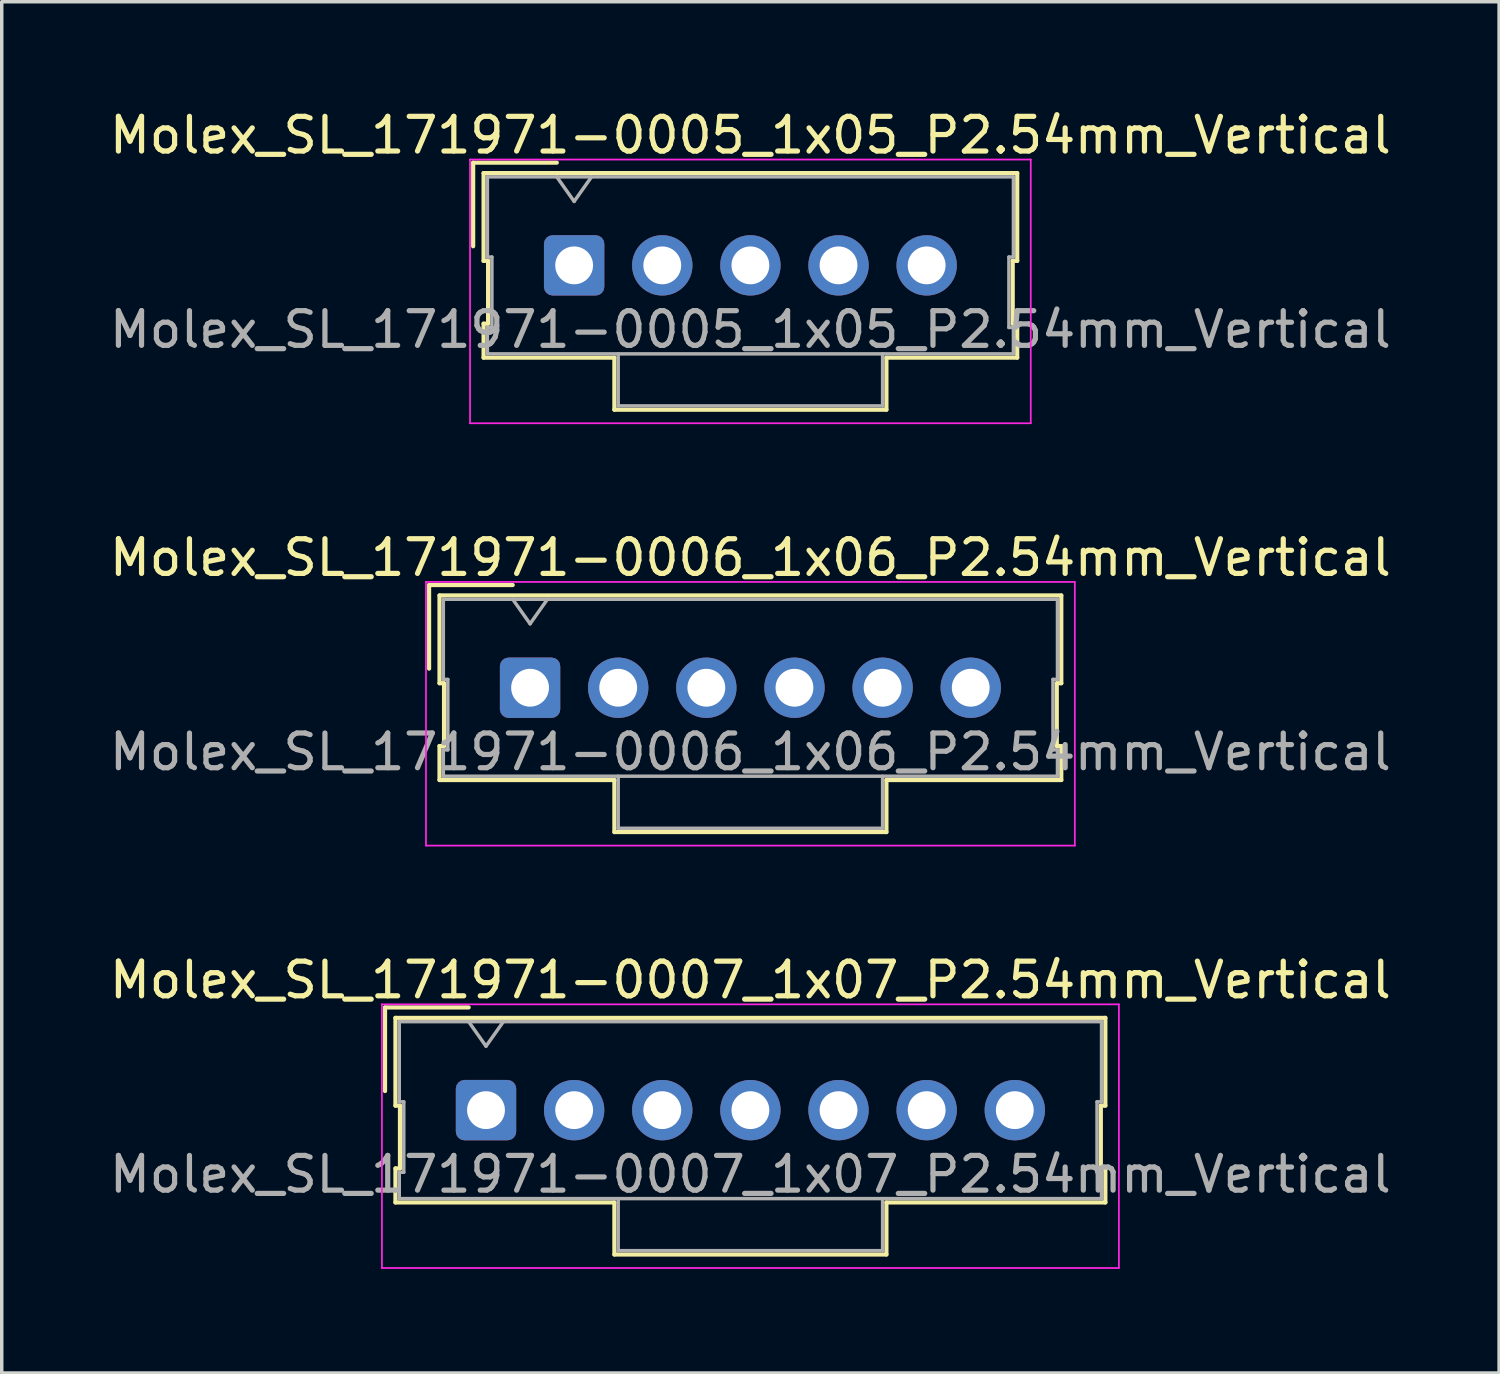
<source format=kicad_pcb>
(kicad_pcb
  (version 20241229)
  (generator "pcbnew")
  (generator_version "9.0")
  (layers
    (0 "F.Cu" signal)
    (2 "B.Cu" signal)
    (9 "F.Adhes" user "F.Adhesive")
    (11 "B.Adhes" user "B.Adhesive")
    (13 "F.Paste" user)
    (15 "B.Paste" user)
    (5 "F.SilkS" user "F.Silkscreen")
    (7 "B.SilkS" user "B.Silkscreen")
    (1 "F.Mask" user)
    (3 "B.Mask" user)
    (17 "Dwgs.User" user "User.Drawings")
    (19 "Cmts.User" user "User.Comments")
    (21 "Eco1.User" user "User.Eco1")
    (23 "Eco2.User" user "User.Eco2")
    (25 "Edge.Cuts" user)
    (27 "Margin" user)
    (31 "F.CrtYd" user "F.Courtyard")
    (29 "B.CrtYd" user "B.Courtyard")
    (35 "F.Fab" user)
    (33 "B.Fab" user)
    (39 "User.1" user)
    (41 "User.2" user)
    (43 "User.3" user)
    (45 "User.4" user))
  (footprint "Molex_SL_171971-0007_1x07_P2.54mm_Vertical"
    (layer "F.Cu")
    (at 10.957 28.945)
    (property "Reference" "Molex_SL_171971-0007_1x07_P2.54mm_Vertical" (at 7.62 -3.75 0) (layer "F.SilkS") (effects (font (size 1 1) (thickness 0.15))))
    (attr through_hole)
    (fp_line (start -2.91 -2.96) (end -0.5 -2.96) (stroke (width 0.12) (type solid)) (layer "F.SilkS"))
    (fp_line (start -2.91 -0.55) (end -2.91 -2.96) (stroke (width 0.12) (type solid)) (layer "F.SilkS"))
    (fp_line (start -2.61 -2.66) (end -2.61 -0.13) (stroke (width 0.12) (type solid)) (layer "F.SilkS"))
    (fp_line (start -2.61 -0.13) (end -2.48 -0.13) (stroke (width 0.12) (type solid)) (layer "F.SilkS"))
    (fp_line (start -2.61 1.68) (end -2.61 2.66) (stroke (width 0.12) (type solid)) (layer "F.SilkS"))
    (fp_line (start -2.61 2.66) (end 3.7 2.66) (stroke (width 0.12) (type solid)) (layer "F.SilkS"))
    (fp_line (start -2.48 -0.13) (end -2.48 1.68) (stroke (width 0.12) (type solid)) (layer "F.SilkS"))
    (fp_line (start -2.48 1.68) (end -2.61 1.68) (stroke (width 0.12) (type solid)) (layer "F.SilkS"))
    (fp_line (start 3.7 2.66) (end 3.7 4.16) (stroke (width 0.12) (type solid)) (layer "F.SilkS"))
    (fp_line (start 3.7 4.16) (end 11.54 4.16) (stroke (width 0.12) (type solid)) (layer "F.SilkS"))
    (fp_line (start 11.54 2.66) (end 17.85 2.66) (stroke (width 0.12) (type solid)) (layer "F.SilkS"))
    (fp_line (start 11.54 4.16) (end 11.54 2.66) (stroke (width 0.12) (type solid)) (layer "F.SilkS"))
    (fp_line (start 17.72 -0.13) (end 17.85 -0.13) (stroke (width 0.12) (type solid)) (layer "F.SilkS"))
    (fp_line (start 17.72 1.68) (end 17.72 -0.13) (stroke (width 0.12) (type solid)) (layer "F.SilkS"))
    (fp_line (start 17.85 -2.66) (end -2.61 -2.66) (stroke (width 0.12) (type solid)) (layer "F.SilkS"))
    (fp_line (start 17.85 -0.13) (end 17.85 -2.66) (stroke (width 0.12) (type solid)) (layer "F.SilkS"))
    (fp_line (start 17.85 1.68) (end 17.72 1.68) (stroke (width 0.12) (type solid)) (layer "F.SilkS"))
    (fp_line (start 17.85 2.66) (end 17.85 1.68) (stroke (width 0.12) (type solid)) (layer "F.SilkS"))
    (fp_line (start -3 -3.05) (end -3 4.55) (stroke (width 0.05) (type solid)) (layer "F.CrtYd"))
    (fp_line (start -3 4.55) (end 18.24 4.55) (stroke (width 0.05) (type solid)) (layer "F.CrtYd"))
    (fp_line (start 18.24 -3.05) (end -3 -3.05) (stroke (width 0.05) (type solid)) (layer "F.CrtYd"))
    (fp_line (start 18.24 4.55) (end 18.24 -3.05) (stroke (width 0.05) (type solid)) (layer "F.CrtYd"))
    (fp_line (start -2.5 -2.55) (end -2.5 -0.24) (stroke (width 0.1) (type solid)) (layer "F.Fab"))
    (fp_line (start -2.5 -0.24) (end -2.37 -0.24) (stroke (width 0.1) (type solid)) (layer "F.Fab"))
    (fp_line (start -2.5 1.79) (end -2.5 2.55) (stroke (width 0.1) (type solid)) (layer "F.Fab"))
    (fp_line (start -2.5 2.55) (end 17.74 2.55) (stroke (width 0.1) (type solid)) (layer "F.Fab"))
    (fp_line (start -2.37 -0.24) (end -2.37 1.79) (stroke (width 0.1) (type solid)) (layer "F.Fab"))
    (fp_line (start -2.37 1.79) (end -2.5 1.79) (stroke (width 0.1) (type solid)) (layer "F.Fab"))
    (fp_line (start 0 -1.843) (end -0.5 -2.55) (stroke (width 0.1) (type solid)) (layer "F.Fab"))
    (fp_line (start 0.5 -2.55) (end 0 -1.843) (stroke (width 0.1) (type solid)) (layer "F.Fab"))
    (fp_line (start 3.81 2.55) (end 3.81 4.05) (stroke (width 0.1) (type solid)) (layer "F.Fab"))
    (fp_line (start 3.81 4.05) (end 11.43 4.05) (stroke (width 0.1) (type solid)) (layer "F.Fab"))
    (fp_line (start 11.43 4.05) (end 11.43 2.55) (stroke (width 0.1) (type solid)) (layer "F.Fab"))
    (fp_line (start 17.61 -0.24) (end 17.74 -0.24) (stroke (width 0.1) (type solid)) (layer "F.Fab"))
    (fp_line (start 17.61 1.79) (end 17.61 -0.24) (stroke (width 0.1) (type solid)) (layer "F.Fab"))
    (fp_line (start 17.74 -2.55) (end -2.5 -2.55) (stroke (width 0.1) (type solid)) (layer "F.Fab"))
    (fp_line (start 17.74 -0.24) (end 17.74 -2.55) (stroke (width 0.1) (type solid)) (layer "F.Fab"))
    (fp_line (start 17.74 1.79) (end 17.61 1.79) (stroke (width 0.1) (type solid)) (layer "F.Fab"))
    (fp_line (start 17.74 2.55) (end 17.74 1.79) (stroke (width 0.1) (type solid)) (layer "F.Fab"))
    (fp_text user "${REFERENCE}" (at 7.62 1.85 0) (layer "F.Fab") (effects (font (size 1 1) (thickness 0.15))))
    (pad "1" thru_hole roundrect (at 0 0) (size 1.74 1.74) (drill 1.09) (layers "*.Cu" "*.Mask") (roundrect_rratio 0.144))
    (pad "2" thru_hole circle (at 2.54 0) (size 1.74 1.74) (drill 1.09) (layers "*.Cu" "*.Mask"))
    (pad "3" thru_hole circle (at 5.08 0) (size 1.74 1.74) (drill 1.09) (layers "*.Cu" "*.Mask"))
    (pad "4" thru_hole circle (at 7.62 0) (size 1.74 1.74) (drill 1.09) (layers "*.Cu" "*.Mask"))
    (pad "5" thru_hole circle (at 10.16 0) (size 1.74 1.74) (drill 1.09) (layers "*.Cu" "*.Mask"))
    (pad "6" thru_hole circle (at 12.7 0) (size 1.74 1.74) (drill 1.09) (layers "*.Cu" "*.Mask"))
    (pad "7" thru_hole circle (at 15.24 0) (size 1.74 1.74) (drill 1.09) (layers "*.Cu" "*.Mask")))
  (footprint "Molex_SL_171971-0006_1x06_P2.54mm_Vertical"
    (layer "F.Cu")
    (at 12.227 16.771)
    (property "Reference" "Molex_SL_171971-0006_1x06_P2.54mm_Vertical" (at 6.35 -3.75 0) (layer "F.SilkS") (effects (font (size 1 1) (thickness 0.15))))
    (attr through_hole)
    (fp_line (start -2.91 -2.96) (end -0.5 -2.96) (stroke (width 0.12) (type solid)) (layer "F.SilkS"))
    (fp_line (start -2.91 -0.55) (end -2.91 -2.96) (stroke (width 0.12) (type solid)) (layer "F.SilkS"))
    (fp_line (start -2.61 -2.66) (end -2.61 -0.13) (stroke (width 0.12) (type solid)) (layer "F.SilkS"))
    (fp_line (start -2.61 -0.13) (end -2.48 -0.13) (stroke (width 0.12) (type solid)) (layer "F.SilkS"))
    (fp_line (start -2.61 1.68) (end -2.61 2.66) (stroke (width 0.12) (type solid)) (layer "F.SilkS"))
    (fp_line (start -2.61 2.66) (end 2.43 2.66) (stroke (width 0.12) (type solid)) (layer "F.SilkS"))
    (fp_line (start -2.48 -0.13) (end -2.48 1.68) (stroke (width 0.12) (type solid)) (layer "F.SilkS"))
    (fp_line (start -2.48 1.68) (end -2.61 1.68) (stroke (width 0.12) (type solid)) (layer "F.SilkS"))
    (fp_line (start 2.43 2.66) (end 2.43 4.16) (stroke (width 0.12) (type solid)) (layer "F.SilkS"))
    (fp_line (start 2.43 4.16) (end 10.27 4.16) (stroke (width 0.12) (type solid)) (layer "F.SilkS"))
    (fp_line (start 10.27 2.66) (end 15.31 2.66) (stroke (width 0.12) (type solid)) (layer "F.SilkS"))
    (fp_line (start 10.27 4.16) (end 10.27 2.66) (stroke (width 0.12) (type solid)) (layer "F.SilkS"))
    (fp_line (start 15.18 -0.13) (end 15.31 -0.13) (stroke (width 0.12) (type solid)) (layer "F.SilkS"))
    (fp_line (start 15.18 1.68) (end 15.18 -0.13) (stroke (width 0.12) (type solid)) (layer "F.SilkS"))
    (fp_line (start 15.31 -2.66) (end -2.61 -2.66) (stroke (width 0.12) (type solid)) (layer "F.SilkS"))
    (fp_line (start 15.31 -0.13) (end 15.31 -2.66) (stroke (width 0.12) (type solid)) (layer "F.SilkS"))
    (fp_line (start 15.31 1.68) (end 15.18 1.68) (stroke (width 0.12) (type solid)) (layer "F.SilkS"))
    (fp_line (start 15.31 2.66) (end 15.31 1.68) (stroke (width 0.12) (type solid)) (layer "F.SilkS"))
    (fp_line (start -3 -3.05) (end -3 4.55) (stroke (width 0.05) (type solid)) (layer "F.CrtYd"))
    (fp_line (start -3 4.55) (end 15.7 4.55) (stroke (width 0.05) (type solid)) (layer "F.CrtYd"))
    (fp_line (start 15.7 -3.05) (end -3 -3.05) (stroke (width 0.05) (type solid)) (layer "F.CrtYd"))
    (fp_line (start 15.7 4.55) (end 15.7 -3.05) (stroke (width 0.05) (type solid)) (layer "F.CrtYd"))
    (fp_line (start -2.5 -2.55) (end -2.5 -0.24) (stroke (width 0.1) (type solid)) (layer "F.Fab"))
    (fp_line (start -2.5 -0.24) (end -2.37 -0.24) (stroke (width 0.1) (type solid)) (layer "F.Fab"))
    (fp_line (start -2.5 1.79) (end -2.5 2.55) (stroke (width 0.1) (type solid)) (layer "F.Fab"))
    (fp_line (start -2.5 2.55) (end 15.2 2.55) (stroke (width 0.1) (type solid)) (layer "F.Fab"))
    (fp_line (start -2.37 -0.24) (end -2.37 1.79) (stroke (width 0.1) (type solid)) (layer "F.Fab"))
    (fp_line (start -2.37 1.79) (end -2.5 1.79) (stroke (width 0.1) (type solid)) (layer "F.Fab"))
    (fp_line (start 0 -1.843) (end -0.5 -2.55) (stroke (width 0.1) (type solid)) (layer "F.Fab"))
    (fp_line (start 0.5 -2.55) (end 0 -1.843) (stroke (width 0.1) (type solid)) (layer "F.Fab"))
    (fp_line (start 2.54 2.55) (end 2.54 4.05) (stroke (width 0.1) (type solid)) (layer "F.Fab"))
    (fp_line (start 2.54 4.05) (end 10.16 4.05) (stroke (width 0.1) (type solid)) (layer "F.Fab"))
    (fp_line (start 10.16 4.05) (end 10.16 2.55) (stroke (width 0.1) (type solid)) (layer "F.Fab"))
    (fp_line (start 15.07 -0.24) (end 15.2 -0.24) (stroke (width 0.1) (type solid)) (layer "F.Fab"))
    (fp_line (start 15.07 1.79) (end 15.07 -0.24) (stroke (width 0.1) (type solid)) (layer "F.Fab"))
    (fp_line (start 15.2 -2.55) (end -2.5 -2.55) (stroke (width 0.1) (type solid)) (layer "F.Fab"))
    (fp_line (start 15.2 -0.24) (end 15.2 -2.55) (stroke (width 0.1) (type solid)) (layer "F.Fab"))
    (fp_line (start 15.2 1.79) (end 15.07 1.79) (stroke (width 0.1) (type solid)) (layer "F.Fab"))
    (fp_line (start 15.2 2.55) (end 15.2 1.79) (stroke (width 0.1) (type solid)) (layer "F.Fab"))
    (fp_text user "${REFERENCE}" (at 6.35 1.85 0) (layer "F.Fab") (effects (font (size 1 1) (thickness 0.15))))
    (pad "1" thru_hole roundrect (at 0 0) (size 1.74 1.74) (drill 1.09) (layers "*.Cu" "*.Mask") (roundrect_rratio 0.144))
    (pad "2" thru_hole circle (at 2.54 0) (size 1.74 1.74) (drill 1.09) (layers "*.Cu" "*.Mask"))
    (pad "3" thru_hole circle (at 5.08 0) (size 1.74 1.74) (drill 1.09) (layers "*.Cu" "*.Mask"))
    (pad "4" thru_hole circle (at 7.62 0) (size 1.74 1.74) (drill 1.09) (layers "*.Cu" "*.Mask"))
    (pad "5" thru_hole circle (at 10.16 0) (size 1.74 1.74) (drill 1.09) (layers "*.Cu" "*.Mask"))
    (pad "6" thru_hole circle (at 12.7 0) (size 1.74 1.74) (drill 1.09) (layers "*.Cu" "*.Mask")))
  (footprint "Molex_SL_171971-0005_1x05_P2.54mm_Vertical"
    (layer "F.Cu")
    (at 13.497 4.598)
    (property "Reference" "Molex_SL_171971-0005_1x05_P2.54mm_Vertical" (at 5.08 -3.75 0) (layer "F.SilkS") (effects (font (size 1 1) (thickness 0.15))))
    (attr through_hole)
    (fp_line (start -2.91 -2.96) (end -0.5 -2.96) (stroke (width 0.12) (type solid)) (layer "F.SilkS"))
    (fp_line (start -2.91 -0.55) (end -2.91 -2.96) (stroke (width 0.12) (type solid)) (layer "F.SilkS"))
    (fp_line (start -2.61 -2.66) (end -2.61 -0.13) (stroke (width 0.12) (type solid)) (layer "F.SilkS"))
    (fp_line (start -2.61 -0.13) (end -2.48 -0.13) (stroke (width 0.12) (type solid)) (layer "F.SilkS"))
    (fp_line (start -2.61 1.68) (end -2.61 2.66) (stroke (width 0.12) (type solid)) (layer "F.SilkS"))
    (fp_line (start -2.61 2.66) (end 1.16 2.66) (stroke (width 0.12) (type solid)) (layer "F.SilkS"))
    (fp_line (start -2.48 -0.13) (end -2.48 1.68) (stroke (width 0.12) (type solid)) (layer "F.SilkS"))
    (fp_line (start -2.48 1.68) (end -2.61 1.68) (stroke (width 0.12) (type solid)) (layer "F.SilkS"))
    (fp_line (start 1.16 2.66) (end 1.16 4.16) (stroke (width 0.12) (type solid)) (layer "F.SilkS"))
    (fp_line (start 1.16 4.16) (end 9 4.16) (stroke (width 0.12) (type solid)) (layer "F.SilkS"))
    (fp_line (start 9 2.66) (end 12.77 2.66) (stroke (width 0.12) (type solid)) (layer "F.SilkS"))
    (fp_line (start 9 4.16) (end 9 2.66) (stroke (width 0.12) (type solid)) (layer "F.SilkS"))
    (fp_line (start 12.64 -0.13) (end 12.77 -0.13) (stroke (width 0.12) (type solid)) (layer "F.SilkS"))
    (fp_line (start 12.64 1.68) (end 12.64 -0.13) (stroke (width 0.12) (type solid)) (layer "F.SilkS"))
    (fp_line (start 12.77 -2.66) (end -2.61 -2.66) (stroke (width 0.12) (type solid)) (layer "F.SilkS"))
    (fp_line (start 12.77 -0.13) (end 12.77 -2.66) (stroke (width 0.12) (type solid)) (layer "F.SilkS"))
    (fp_line (start 12.77 1.68) (end 12.64 1.68) (stroke (width 0.12) (type solid)) (layer "F.SilkS"))
    (fp_line (start 12.77 2.66) (end 12.77 1.68) (stroke (width 0.12) (type solid)) (layer "F.SilkS"))
    (fp_line (start -3 -3.05) (end -3 4.55) (stroke (width 0.05) (type solid)) (layer "F.CrtYd"))
    (fp_line (start -3 4.55) (end 13.16 4.55) (stroke (width 0.05) (type solid)) (layer "F.CrtYd"))
    (fp_line (start 13.16 -3.05) (end -3 -3.05) (stroke (width 0.05) (type solid)) (layer "F.CrtYd"))
    (fp_line (start 13.16 4.55) (end 13.16 -3.05) (stroke (width 0.05) (type solid)) (layer "F.CrtYd"))
    (fp_line (start -2.5 -2.55) (end -2.5 -0.24) (stroke (width 0.1) (type solid)) (layer "F.Fab"))
    (fp_line (start -2.5 -0.24) (end -2.37 -0.24) (stroke (width 0.1) (type solid)) (layer "F.Fab"))
    (fp_line (start -2.5 1.79) (end -2.5 2.55) (stroke (width 0.1) (type solid)) (layer "F.Fab"))
    (fp_line (start -2.5 2.55) (end 12.66 2.55) (stroke (width 0.1) (type solid)) (layer "F.Fab"))
    (fp_line (start -2.37 -0.24) (end -2.37 1.79) (stroke (width 0.1) (type solid)) (layer "F.Fab"))
    (fp_line (start -2.37 1.79) (end -2.5 1.79) (stroke (width 0.1) (type solid)) (layer "F.Fab"))
    (fp_line (start 0 -1.843) (end -0.5 -2.55) (stroke (width 0.1) (type solid)) (layer "F.Fab"))
    (fp_line (start 0.5 -2.55) (end 0 -1.843) (stroke (width 0.1) (type solid)) (layer "F.Fab"))
    (fp_line (start 1.27 2.55) (end 1.27 4.05) (stroke (width 0.1) (type solid)) (layer "F.Fab"))
    (fp_line (start 1.27 4.05) (end 8.89 4.05) (stroke (width 0.1) (type solid)) (layer "F.Fab"))
    (fp_line (start 8.89 4.05) (end 8.89 2.55) (stroke (width 0.1) (type solid)) (layer "F.Fab"))
    (fp_line (start 12.53 -0.24) (end 12.66 -0.24) (stroke (width 0.1) (type solid)) (layer "F.Fab"))
    (fp_line (start 12.53 1.79) (end 12.53 -0.24) (stroke (width 0.1) (type solid)) (layer "F.Fab"))
    (fp_line (start 12.66 -2.55) (end -2.5 -2.55) (stroke (width 0.1) (type solid)) (layer "F.Fab"))
    (fp_line (start 12.66 -0.24) (end 12.66 -2.55) (stroke (width 0.1) (type solid)) (layer "F.Fab"))
    (fp_line (start 12.66 1.79) (end 12.53 1.79) (stroke (width 0.1) (type solid)) (layer "F.Fab"))
    (fp_line (start 12.66 2.55) (end 12.66 1.79) (stroke (width 0.1) (type solid)) (layer "F.Fab"))
    (fp_text user "${REFERENCE}" (at 5.08 1.85 0) (layer "F.Fab") (effects (font (size 1 1) (thickness 0.15))))
    (pad "1" thru_hole roundrect (at 0 0) (size 1.74 1.74) (drill 1.09) (layers "*.Cu" "*.Mask") (roundrect_rratio 0.144))
    (pad "2" thru_hole circle (at 2.54 0) (size 1.74 1.74) (drill 1.09) (layers "*.Cu" "*.Mask"))
    (pad "3" thru_hole circle (at 5.08 0) (size 1.74 1.74) (drill 1.09) (layers "*.Cu" "*.Mask"))
    (pad "4" thru_hole circle (at 7.62 0) (size 1.74 1.74) (drill 1.09) (layers "*.Cu" "*.Mask"))
    (pad "5" thru_hole circle (at 10.16 0) (size 1.74 1.74) (drill 1.09) (layers "*.Cu" "*.Mask")))
  (gr_rect
    (start -3 -3)
    (end 40.155 36.52)
    (stroke (width 0.1) (type default))
    (fill no)
    (layer "Edge.Cuts")))
</source>
